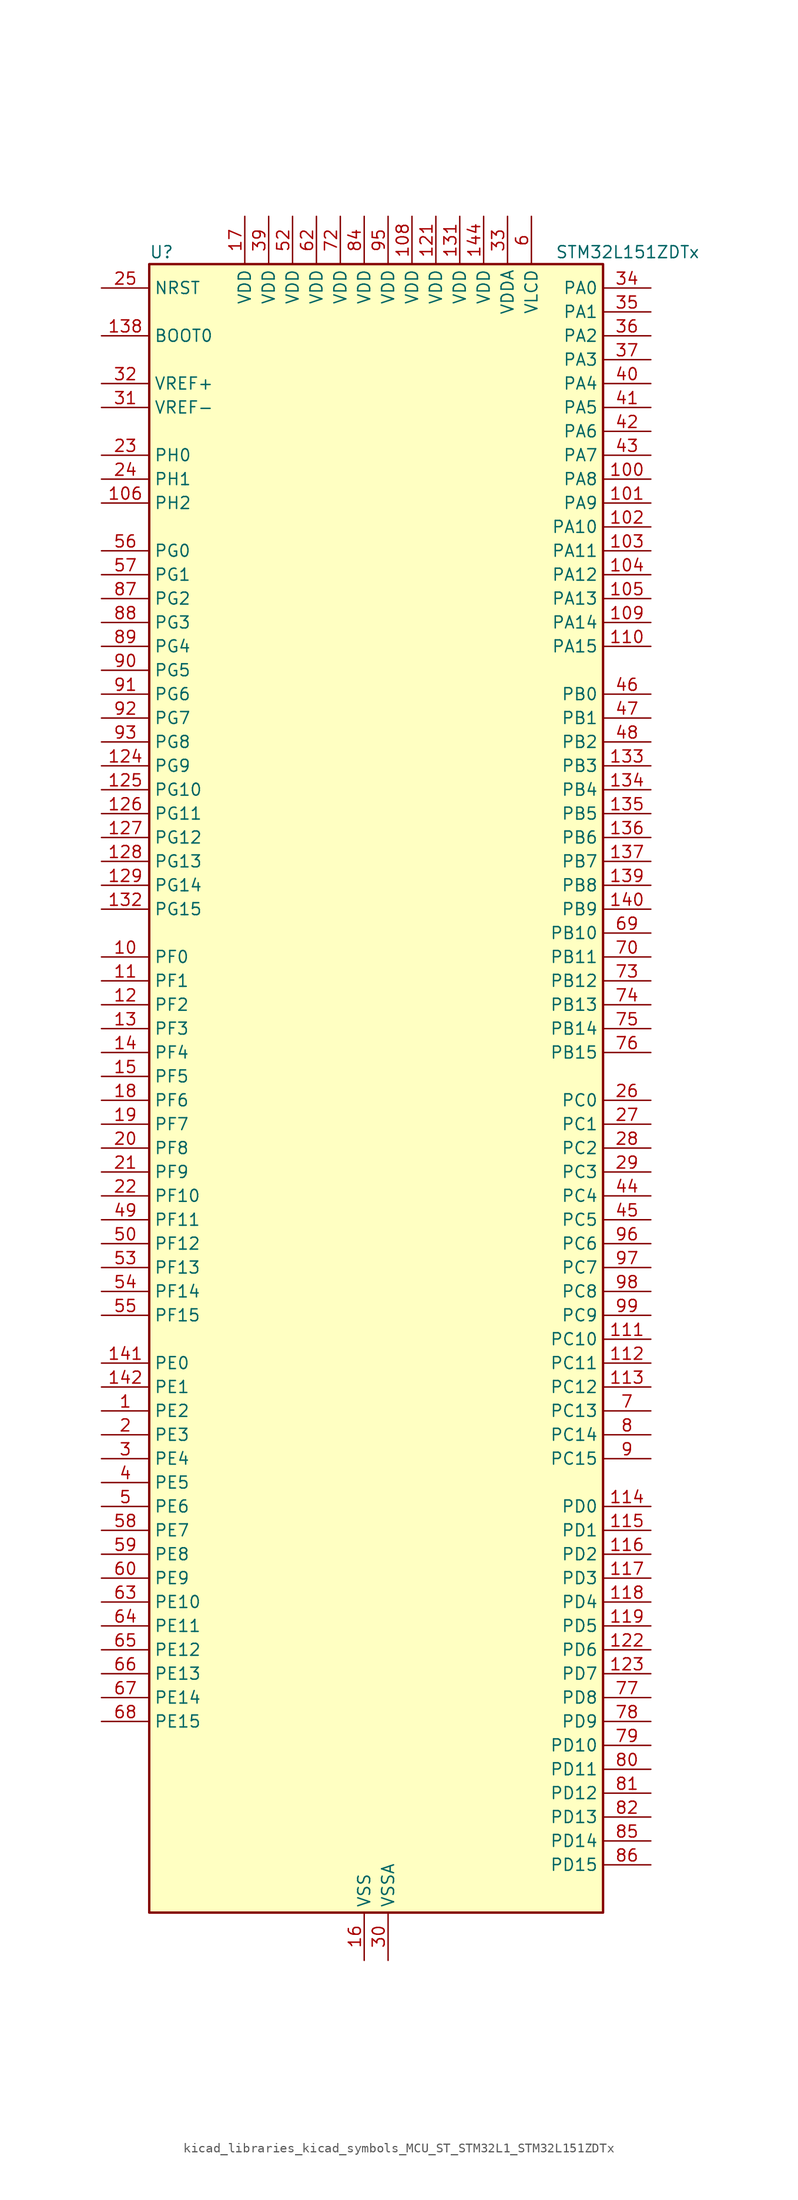
<source format=kicad_sym>
(kicad_symbol_lib
  (version 20220914)
  (generator kicad_symbol_editor)
  (symbol "kicad_libraries_kicad_symbols_MCU_ST_STM32L1_STM32L151ZDTx"
    (property "Reference" "U"
      (at -22.86 90.17 0)
      (effects (font (size 1.27 1.27)) (justify left)))
    (property "Value" "STM32L151ZDTx"
      (at 20.32 90.17 0)
      (effects (font (size 1.27 1.27)) (justify left)))
    (property "ki_locked" ""
      (at 0 0 0)
      (effects (font (size 1.27 1.27))))
    (symbol "kicad_libraries_kicad_symbols_MCU_ST_STM32L1_STM32L151ZDTx_0_1"
      (rectangle (start -22.86 -86.36) (end 25.4 88.9) (stroke (width 0.254) (type default)) (fill (type background))))
    (symbol "kicad_libraries_kicad_symbols_MCU_ST_STM32L1_STM32L151ZDTx_1_1"
      (pin bidirectional line (at -27.94 -33.02 0) (length 5.08) (name "PE2" (effects (font (size 1.27 1.27)))) (number "1" (effects (font (size 1.27 1.27)))) (alternate "FSMC_A23" bidirectional line) (alternate "SYS_TRACECK" bidirectional line) (alternate "TIM3_ETR" bidirectional line) (alternate "TIMX_IC3" bidirectional line))
      (pin bidirectional line (at -27.94 15.24 0) (length 5.08) (name "PF0" (effects (font (size 1.27 1.27)))) (number "10" (effects (font (size 1.27 1.27)))) (alternate "FSMC_A0" bidirectional line))
      (pin bidirectional line (at 30.48 66.04 180) (length 5.08) (name "PA8" (effects (font (size 1.27 1.27)))) (number "100" (effects (font (size 1.27 1.27)))) (alternate "RCC_MCO" bidirectional line) (alternate "TIMX_IC1" bidirectional line) (alternate "TS_G4_IO1" bidirectional line) (alternate "USART1_CK" bidirectional line))
      (pin bidirectional line (at 30.48 63.5 180) (length 5.08) (name "PA9" (effects (font (size 1.27 1.27)))) (number "101" (effects (font (size 1.27 1.27)))) (alternate "DAC_EXTI9" bidirectional line) (alternate "TIMX_IC2" bidirectional line) (alternate "TS_G4_IO2" bidirectional line) (alternate "USART1_TX" bidirectional line))
      (pin bidirectional line (at 30.48 60.96 180) (length 5.08) (name "PA10" (effects (font (size 1.27 1.27)))) (number "102" (effects (font (size 1.27 1.27)))) (alternate "TIMX_IC3" bidirectional line) (alternate "TS_G4_IO3" bidirectional line) (alternate "USART1_RX" bidirectional line))
      (pin bidirectional line (at 30.48 58.42 180) (length 5.08) (name "PA11" (effects (font (size 1.27 1.27)))) (number "103" (effects (font (size 1.27 1.27)))) (alternate "ADC_EXTI11" bidirectional line) (alternate "SPI1_MISO" bidirectional line) (alternate "TIMX_IC4" bidirectional line) (alternate "USART1_CTS" bidirectional line) (alternate "USB_DM" bidirectional line))
      (pin bidirectional line (at 30.48 55.88 180) (length 5.08) (name "PA12" (effects (font (size 1.27 1.27)))) (number "104" (effects (font (size 1.27 1.27)))) (alternate "SPI1_MOSI" bidirectional line) (alternate "TIMX_IC1" bidirectional line) (alternate "USART1_RTS" bidirectional line) (alternate "USB_DP" bidirectional line))
      (pin bidirectional line (at 30.48 53.34 180) (length 5.08) (name "PA13" (effects (font (size 1.27 1.27)))) (number "105" (effects (font (size 1.27 1.27)))) (alternate "SYS_JTMS-SWDIO" bidirectional line) (alternate "TIMX_IC2" bidirectional line) (alternate "TS_G5_IO1" bidirectional line))
      (pin bidirectional line (at -27.94 63.5 0) (length 5.08) (name "PH2" (effects (font (size 1.27 1.27)))) (number "106" (effects (font (size 1.27 1.27)))) (alternate "FSMC_A22" bidirectional line))
      (pin passive line (at 0 -91.44 90) (length 5.08) hide (name "VSS" (effects (font (size 1.27 1.27)))) (number "107" (effects (font (size 1.27 1.27)))))
      (pin power_in line (at 5.08 93.98 270) (length 5.08) (name "VDD" (effects (font (size 1.27 1.27)))) (number "108" (effects (font (size 1.27 1.27)))))
      (pin bidirectional line (at 30.48 50.8 180) (length 5.08) (name "PA14" (effects (font (size 1.27 1.27)))) (number "109" (effects (font (size 1.27 1.27)))) (alternate "SYS_JTCK-SWCLK" bidirectional line) (alternate "TIMX_IC3" bidirectional line) (alternate "TS_G5_IO2" bidirectional line))
      (pin bidirectional line (at -27.94 12.7 0) (length 5.08) (name "PF1" (effects (font (size 1.27 1.27)))) (number "11" (effects (font (size 1.27 1.27)))) (alternate "FSMC_A1" bidirectional line))
      (pin bidirectional line (at 30.48 48.26 180) (length 5.08) (name "PA15" (effects (font (size 1.27 1.27)))) (number "110" (effects (font (size 1.27 1.27)))) (alternate "ADC_EXTI15" bidirectional line) (alternate "I2S3_WS" bidirectional line) (alternate "SPI1_NSS" bidirectional line) (alternate "SPI3_NSS" bidirectional line) (alternate "SYS_JTDI" bidirectional line) (alternate "TIM2_CH1" bidirectional line) (alternate "TIM2_ETR" bidirectional line) (alternate "TIMX_IC4" bidirectional line) (alternate "TS_G5_IO3" bidirectional line))
      (pin bidirectional line (at 30.48 -25.4 180) (length 5.08) (name "PC10" (effects (font (size 1.27 1.27)))) (number "111" (effects (font (size 1.27 1.27)))) (alternate "I2S3_CK" bidirectional line) (alternate "SDIO_D2" bidirectional line) (alternate "SPI3_SCK" bidirectional line) (alternate "TIMX_IC3" bidirectional line) (alternate "UART4_TX" bidirectional line) (alternate "USART3_TX" bidirectional line))
      (pin bidirectional line (at 30.48 -27.94 180) (length 5.08) (name "PC11" (effects (font (size 1.27 1.27)))) (number "112" (effects (font (size 1.27 1.27)))) (alternate "ADC_EXTI11" bidirectional line) (alternate "SDIO_D3" bidirectional line) (alternate "SPI3_MISO" bidirectional line) (alternate "TIMX_IC4" bidirectional line) (alternate "UART4_RX" bidirectional line) (alternate "USART3_RX" bidirectional line))
      (pin bidirectional line (at 30.48 -30.48 180) (length 5.08) (name "PC12" (effects (font (size 1.27 1.27)))) (number "113" (effects (font (size 1.27 1.27)))) (alternate "I2S3_SD" bidirectional line) (alternate "SDIO_CK" bidirectional line) (alternate "SPI3_MOSI" bidirectional line) (alternate "TIMX_IC1" bidirectional line) (alternate "UART5_TX" bidirectional line) (alternate "USART3_CK" bidirectional line))
      (pin bidirectional line (at 30.48 -43.18 180) (length 5.08) (name "PD0" (effects (font (size 1.27 1.27)))) (number "114" (effects (font (size 1.27 1.27)))) (alternate "FSMC_D2" bidirectional line) (alternate "FSMC_DA2" bidirectional line) (alternate "I2S2_WS" bidirectional line) (alternate "SPI2_NSS" bidirectional line) (alternate "TIM9_CH1" bidirectional line) (alternate "TIMX_IC1" bidirectional line))
      (pin bidirectional line (at 30.48 -45.72 180) (length 5.08) (name "PD1" (effects (font (size 1.27 1.27)))) (number "115" (effects (font (size 1.27 1.27)))) (alternate "FSMC_D3" bidirectional line) (alternate "FSMC_DA3" bidirectional line) (alternate "I2S2_CK" bidirectional line) (alternate "SPI2_SCK" bidirectional line) (alternate "TIMX_IC2" bidirectional line))
      (pin bidirectional line (at 30.48 -48.26 180) (length 5.08) (name "PD2" (effects (font (size 1.27 1.27)))) (number "116" (effects (font (size 1.27 1.27)))) (alternate "SDIO_CMD" bidirectional line) (alternate "TIM3_ETR" bidirectional line) (alternate "TIMX_IC3" bidirectional line) (alternate "UART5_RX" bidirectional line))
      (pin bidirectional line (at 30.48 -50.8 180) (length 5.08) (name "PD3" (effects (font (size 1.27 1.27)))) (number "117" (effects (font (size 1.27 1.27)))) (alternate "FSMC_CLK" bidirectional line) (alternate "SPI2_MISO" bidirectional line) (alternate "TIMX_IC4" bidirectional line) (alternate "USART2_CTS" bidirectional line))
      (pin bidirectional line (at 30.48 -53.34 180) (length 5.08) (name "PD4" (effects (font (size 1.27 1.27)))) (number "118" (effects (font (size 1.27 1.27)))) (alternate "FSMC_NOE" bidirectional line) (alternate "I2S2_SD" bidirectional line) (alternate "SPI2_MOSI" bidirectional line) (alternate "TIMX_IC1" bidirectional line) (alternate "USART2_RTS" bidirectional line))
      (pin bidirectional line (at 30.48 -55.88 180) (length 5.08) (name "PD5" (effects (font (size 1.27 1.27)))) (number "119" (effects (font (size 1.27 1.27)))) (alternate "FSMC_NWE" bidirectional line) (alternate "TIMX_IC2" bidirectional line) (alternate "USART2_TX" bidirectional line))
      (pin bidirectional line (at -27.94 10.16 0) (length 5.08) (name "PF2" (effects (font (size 1.27 1.27)))) (number "12" (effects (font (size 1.27 1.27)))) (alternate "FSMC_A2" bidirectional line))
      (pin passive line (at 0 -91.44 90) (length 5.08) hide (name "VSS" (effects (font (size 1.27 1.27)))) (number "120" (effects (font (size 1.27 1.27)))))
      (pin power_in line (at 7.62 93.98 270) (length 5.08) (name "VDD" (effects (font (size 1.27 1.27)))) (number "121" (effects (font (size 1.27 1.27)))))
      (pin bidirectional line (at 30.48 -58.42 180) (length 5.08) (name "PD6" (effects (font (size 1.27 1.27)))) (number "122" (effects (font (size 1.27 1.27)))) (alternate "FSMC_NWAIT" bidirectional line) (alternate "TIMX_IC3" bidirectional line) (alternate "USART2_RX" bidirectional line))
      (pin bidirectional line (at 30.48 -60.96 180) (length 5.08) (name "PD7" (effects (font (size 1.27 1.27)))) (number "123" (effects (font (size 1.27 1.27)))) (alternate "FSMC_NE1" bidirectional line) (alternate "TIM9_CH2" bidirectional line) (alternate "TIMX_IC4" bidirectional line) (alternate "USART2_CK" bidirectional line))
      (pin bidirectional line (at -27.94 35.56 0) (length 5.08) (name "PG9" (effects (font (size 1.27 1.27)))) (number "124" (effects (font (size 1.27 1.27)))) (alternate "DAC_EXTI9" bidirectional line) (alternate "FSMC_NE2" bidirectional line))
      (pin bidirectional line (at -27.94 33.02 0) (length 5.08) (name "PG10" (effects (font (size 1.27 1.27)))) (number "125" (effects (font (size 1.27 1.27)))) (alternate "FSMC_NE3" bidirectional line))
      (pin bidirectional line (at -27.94 30.48 0) (length 5.08) (name "PG11" (effects (font (size 1.27 1.27)))) (number "126" (effects (font (size 1.27 1.27)))) (alternate "ADC_EXTI11" bidirectional line))
      (pin bidirectional line (at -27.94 27.94 0) (length 5.08) (name "PG12" (effects (font (size 1.27 1.27)))) (number "127" (effects (font (size 1.27 1.27)))) (alternate "FSMC_NE4" bidirectional line))
      (pin bidirectional line (at -27.94 25.4 0) (length 5.08) (name "PG13" (effects (font (size 1.27 1.27)))) (number "128" (effects (font (size 1.27 1.27)))) (alternate "FSMC_A24" bidirectional line))
      (pin bidirectional line (at -27.94 22.86 0) (length 5.08) (name "PG14" (effects (font (size 1.27 1.27)))) (number "129" (effects (font (size 1.27 1.27)))) (alternate "FSMC_A25" bidirectional line))
      (pin bidirectional line (at -27.94 7.62 0) (length 5.08) (name "PF3" (effects (font (size 1.27 1.27)))) (number "13" (effects (font (size 1.27 1.27)))) (alternate "FSMC_A3" bidirectional line))
      (pin passive line (at 0 -91.44 90) (length 5.08) hide (name "VSS" (effects (font (size 1.27 1.27)))) (number "130" (effects (font (size 1.27 1.27)))))
      (pin power_in line (at 10.16 93.98 270) (length 5.08) (name "VDD" (effects (font (size 1.27 1.27)))) (number "131" (effects (font (size 1.27 1.27)))))
      (pin bidirectional line (at -27.94 20.32 0) (length 5.08) (name "PG15" (effects (font (size 1.27 1.27)))) (number "132" (effects (font (size 1.27 1.27)))) (alternate "ADC_EXTI15" bidirectional line))
      (pin bidirectional line (at 30.48 35.56 180) (length 5.08) (name "PB3" (effects (font (size 1.27 1.27)))) (number "133" (effects (font (size 1.27 1.27)))) (alternate "COMP2_INM" bidirectional line) (alternate "I2S3_CK" bidirectional line) (alternate "SPI1_SCK" bidirectional line) (alternate "SPI3_SCK" bidirectional line) (alternate "SYS_JTDO-TRACESWO" bidirectional line) (alternate "TIM2_CH2" bidirectional line))
      (pin bidirectional line (at 30.48 33.02 180) (length 5.08) (name "PB4" (effects (font (size 1.27 1.27)))) (number "134" (effects (font (size 1.27 1.27)))) (alternate "COMP2_INP" bidirectional line) (alternate "SPI1_MISO" bidirectional line) (alternate "SPI3_MISO" bidirectional line) (alternate "SYS_JTRST" bidirectional line) (alternate "TIM3_CH1" bidirectional line) (alternate "TS_G6_IO1" bidirectional line))
      (pin bidirectional line (at 30.48 30.48 180) (length 5.08) (name "PB5" (effects (font (size 1.27 1.27)))) (number "135" (effects (font (size 1.27 1.27)))) (alternate "COMP2_INP" bidirectional line) (alternate "I2C1_SMBA" bidirectional line) (alternate "I2S3_SD" bidirectional line) (alternate "SPI1_MOSI" bidirectional line) (alternate "SPI3_MOSI" bidirectional line) (alternate "TIM3_CH2" bidirectional line) (alternate "TS_G6_IO2" bidirectional line))
      (pin bidirectional line (at 30.48 27.94 180) (length 5.08) (name "PB6" (effects (font (size 1.27 1.27)))) (number "136" (effects (font (size 1.27 1.27)))) (alternate "COMP2_INP" bidirectional line) (alternate "I2C1_SCL" bidirectional line) (alternate "TIM4_CH1" bidirectional line) (alternate "TS_G6_IO3" bidirectional line) (alternate "USART1_TX" bidirectional line))
      (pin bidirectional line (at 30.48 25.4 180) (length 5.08) (name "PB7" (effects (font (size 1.27 1.27)))) (number "137" (effects (font (size 1.27 1.27)))) (alternate "COMP2_INP" bidirectional line) (alternate "FSMC_NL" bidirectional line) (alternate "I2C1_SDA" bidirectional line) (alternate "SYS_PVD_IN" bidirectional line) (alternate "TIM4_CH2" bidirectional line) (alternate "TS_G6_IO4" bidirectional line) (alternate "USART1_RX" bidirectional line))
      (pin input line (at -27.94 81.28 0) (length 5.08) (name "BOOT0" (effects (font (size 1.27 1.27)))) (number "138" (effects (font (size 1.27 1.27)))))
      (pin bidirectional line (at 30.48 22.86 180) (length 5.08) (name "PB8" (effects (font (size 1.27 1.27)))) (number "139" (effects (font (size 1.27 1.27)))) (alternate "I2C1_SCL" bidirectional line) (alternate "SDIO_D4" bidirectional line) (alternate "TIM10_CH1" bidirectional line) (alternate "TIM4_CH3" bidirectional line))
      (pin bidirectional line (at -27.94 5.08 0) (length 5.08) (name "PF4" (effects (font (size 1.27 1.27)))) (number "14" (effects (font (size 1.27 1.27)))) (alternate "FSMC_A4" bidirectional line))
      (pin bidirectional line (at 30.48 20.32 180) (length 5.08) (name "PB9" (effects (font (size 1.27 1.27)))) (number "140" (effects (font (size 1.27 1.27)))) (alternate "DAC_EXTI9" bidirectional line) (alternate "I2C1_SDA" bidirectional line) (alternate "SDIO_D5" bidirectional line) (alternate "TIM11_CH1" bidirectional line) (alternate "TIM4_CH4" bidirectional line))
      (pin bidirectional line (at -27.94 -27.94 0) (length 5.08) (name "PE0" (effects (font (size 1.27 1.27)))) (number "141" (effects (font (size 1.27 1.27)))) (alternate "FSMC_NBL0" bidirectional line) (alternate "TIM10_CH1" bidirectional line) (alternate "TIM4_ETR" bidirectional line) (alternate "TIMX_IC1" bidirectional line))
      (pin bidirectional line (at -27.94 -30.48 0) (length 5.08) (name "PE1" (effects (font (size 1.27 1.27)))) (number "142" (effects (font (size 1.27 1.27)))) (alternate "FSMC_NBL1" bidirectional line) (alternate "TIM11_CH1" bidirectional line) (alternate "TIMX_IC2" bidirectional line))
      (pin passive line (at 0 -91.44 90) (length 5.08) hide (name "VSS" (effects (font (size 1.27 1.27)))) (number "143" (effects (font (size 1.27 1.27)))))
      (pin power_in line (at 12.7 93.98 270) (length 5.08) (name "VDD" (effects (font (size 1.27 1.27)))) (number "144" (effects (font (size 1.27 1.27)))))
      (pin bidirectional line (at -27.94 2.54 0) (length 5.08) (name "PF5" (effects (font (size 1.27 1.27)))) (number "15" (effects (font (size 1.27 1.27)))) (alternate "FSMC_A5" bidirectional line))
      (pin power_in line (at 0 -91.44 90) (length 5.08) (name "VSS" (effects (font (size 1.27 1.27)))) (number "16" (effects (font (size 1.27 1.27)))))
      (pin power_in line (at -12.7 93.98 270) (length 5.08) (name "VDD" (effects (font (size 1.27 1.27)))) (number "17" (effects (font (size 1.27 1.27)))))
      (pin bidirectional line (at -27.94 0 0) (length 5.08) (name "PF6" (effects (font (size 1.27 1.27)))) (number "18" (effects (font (size 1.27 1.27)))) (alternate "ADC_IN27" bidirectional line) (alternate "TIM5_CH1" bidirectional line) (alternate "TIM5_ETR" bidirectional line) (alternate "TS_G11_IO1" bidirectional line))
      (pin bidirectional line (at -27.94 -2.54 0) (length 5.08) (name "PF7" (effects (font (size 1.27 1.27)))) (number "19" (effects (font (size 1.27 1.27)))) (alternate "ADC_IN28" bidirectional line) (alternate "COMP1_INP" bidirectional line) (alternate "TIM5_CH2" bidirectional line) (alternate "TS_G11_IO2" bidirectional line))
      (pin bidirectional line (at -27.94 -35.56 0) (length 5.08) (name "PE3" (effects (font (size 1.27 1.27)))) (number "2" (effects (font (size 1.27 1.27)))) (alternate "FSMC_A19" bidirectional line) (alternate "SYS_TRACED0" bidirectional line) (alternate "TIM3_CH1" bidirectional line) (alternate "TIMX_IC4" bidirectional line))
      (pin bidirectional line (at -27.94 -5.08 0) (length 5.08) (name "PF8" (effects (font (size 1.27 1.27)))) (number "20" (effects (font (size 1.27 1.27)))) (alternate "ADC_IN29" bidirectional line) (alternate "COMP1_INP" bidirectional line) (alternate "TIM5_CH3" bidirectional line) (alternate "TS_G11_IO3" bidirectional line))
      (pin bidirectional line (at -27.94 -7.62 0) (length 5.08) (name "PF9" (effects (font (size 1.27 1.27)))) (number "21" (effects (font (size 1.27 1.27)))) (alternate "ADC_IN30" bidirectional line) (alternate "COMP1_INP" bidirectional line) (alternate "DAC_EXTI9" bidirectional line) (alternate "TIM5_CH4" bidirectional line) (alternate "TS_G11_IO4" bidirectional line))
      (pin bidirectional line (at -27.94 -10.16 0) (length 5.08) (name "PF10" (effects (font (size 1.27 1.27)))) (number "22" (effects (font (size 1.27 1.27)))) (alternate "ADC_IN31" bidirectional line) (alternate "COMP1_INP" bidirectional line) (alternate "TS_G11_IO5" bidirectional line))
      (pin bidirectional line (at -27.94 68.58 0) (length 5.08) (name "PH0" (effects (font (size 1.27 1.27)))) (number "23" (effects (font (size 1.27 1.27)))) (alternate "RCC_OSC_IN" bidirectional line))
      (pin bidirectional line (at -27.94 66.04 0) (length 5.08) (name "PH1" (effects (font (size 1.27 1.27)))) (number "24" (effects (font (size 1.27 1.27)))) (alternate "RCC_OSC_OUT" bidirectional line))
      (pin input line (at -27.94 86.36 0) (length 5.08) (name "NRST" (effects (font (size 1.27 1.27)))) (number "25" (effects (font (size 1.27 1.27)))))
      (pin bidirectional line (at 30.48 0 180) (length 5.08) (name "PC0" (effects (font (size 1.27 1.27)))) (number "26" (effects (font (size 1.27 1.27)))) (alternate "ADC_IN10" bidirectional line) (alternate "COMP1_INP" bidirectional line) (alternate "TIMX_IC1" bidirectional line) (alternate "TS_G8_IO1" bidirectional line))
      (pin bidirectional line (at 30.48 -2.54 180) (length 5.08) (name "PC1" (effects (font (size 1.27 1.27)))) (number "27" (effects (font (size 1.27 1.27)))) (alternate "ADC_IN11" bidirectional line) (alternate "COMP1_INP" bidirectional line) (alternate "OPAMP3_VINP" bidirectional line) (alternate "TIMX_IC2" bidirectional line) (alternate "TS_G8_IO2" bidirectional line))
      (pin bidirectional line (at 30.48 -5.08 180) (length 5.08) (name "PC2" (effects (font (size 1.27 1.27)))) (number "28" (effects (font (size 1.27 1.27)))) (alternate "ADC_IN12" bidirectional line) (alternate "COMP1_INP" bidirectional line) (alternate "OPAMP3_VINM" bidirectional line) (alternate "TIMX_IC3" bidirectional line) (alternate "TS_G8_IO3" bidirectional line))
      (pin bidirectional line (at 30.48 -7.62 180) (length 5.08) (name "PC3" (effects (font (size 1.27 1.27)))) (number "29" (effects (font (size 1.27 1.27)))) (alternate "ADC_IN13" bidirectional line) (alternate "COMP1_INP" bidirectional line) (alternate "OPAMP3_VOUT" bidirectional line) (alternate "TIMX_IC4" bidirectional line) (alternate "TS_G8_IO4" bidirectional line))
      (pin bidirectional line (at -27.94 -38.1 0) (length 5.08) (name "PE4" (effects (font (size 1.27 1.27)))) (number "3" (effects (font (size 1.27 1.27)))) (alternate "FSMC_A20" bidirectional line) (alternate "SYS_TRACED1" bidirectional line) (alternate "TIM3_CH2" bidirectional line) (alternate "TIMX_IC1" bidirectional line))
      (pin power_in line (at 2.54 -91.44 90) (length 5.08) (name "VSSA" (effects (font (size 1.27 1.27)))) (number "30" (effects (font (size 1.27 1.27)))))
      (pin input line (at -27.94 73.66 0) (length 5.08) (name "VREF-" (effects (font (size 1.27 1.27)))) (number "31" (effects (font (size 1.27 1.27)))))
      (pin input line (at -27.94 76.2 0) (length 5.08) (name "VREF+" (effects (font (size 1.27 1.27)))) (number "32" (effects (font (size 1.27 1.27)))))
      (pin power_in line (at 15.24 93.98 270) (length 5.08) (name "VDDA" (effects (font (size 1.27 1.27)))) (number "33" (effects (font (size 1.27 1.27)))))
      (pin bidirectional line (at 30.48 86.36 180) (length 5.08) (name "PA0" (effects (font (size 1.27 1.27)))) (number "34" (effects (font (size 1.27 1.27)))) (alternate "ADC_IN0" bidirectional line) (alternate "COMP1_INP" bidirectional line) (alternate "RTC_TAMP2" bidirectional line) (alternate "SYS_WKUP1" bidirectional line) (alternate "TIM2_CH1" bidirectional line) (alternate "TIM2_ETR" bidirectional line) (alternate "TIM5_CH1" bidirectional line) (alternate "TIMX_IC1" bidirectional line) (alternate "TS_G1_IO1" bidirectional line) (alternate "USART2_CTS" bidirectional line))
      (pin bidirectional line (at 30.48 83.82 180) (length 5.08) (name "PA1" (effects (font (size 1.27 1.27)))) (number "35" (effects (font (size 1.27 1.27)))) (alternate "ADC_IN1" bidirectional line) (alternate "COMP1_INP" bidirectional line) (alternate "OPAMP1_VINP" bidirectional line) (alternate "TIM2_CH2" bidirectional line) (alternate "TIM5_CH2" bidirectional line) (alternate "TIMX_IC2" bidirectional line) (alternate "TS_G1_IO2" bidirectional line) (alternate "USART2_RTS" bidirectional line))
      (pin bidirectional line (at 30.48 81.28 180) (length 5.08) (name "PA2" (effects (font (size 1.27 1.27)))) (number "36" (effects (font (size 1.27 1.27)))) (alternate "ADC_IN2" bidirectional line) (alternate "COMP1_INP" bidirectional line) (alternate "OPAMP1_VINM" bidirectional line) (alternate "TIM2_CH3" bidirectional line) (alternate "TIM5_CH3" bidirectional line) (alternate "TIM9_CH1" bidirectional line) (alternate "TIMX_IC3" bidirectional line) (alternate "TS_G1_IO3" bidirectional line) (alternate "USART2_TX" bidirectional line))
      (pin bidirectional line (at 30.48 78.74 180) (length 5.08) (name "PA3" (effects (font (size 1.27 1.27)))) (number "37" (effects (font (size 1.27 1.27)))) (alternate "ADC_IN3" bidirectional line) (alternate "COMP1_INP" bidirectional line) (alternate "OPAMP1_VOUT" bidirectional line) (alternate "TIM2_CH4" bidirectional line) (alternate "TIM5_CH4" bidirectional line) (alternate "TIM9_CH2" bidirectional line) (alternate "TIMX_IC4" bidirectional line) (alternate "TS_G1_IO4" bidirectional line) (alternate "USART2_RX" bidirectional line))
      (pin passive line (at 0 -91.44 90) (length 5.08) hide (name "VSS" (effects (font (size 1.27 1.27)))) (number "38" (effects (font (size 1.27 1.27)))))
      (pin power_in line (at -10.16 93.98 270) (length 5.08) (name "VDD" (effects (font (size 1.27 1.27)))) (number "39" (effects (font (size 1.27 1.27)))))
      (pin bidirectional line (at -27.94 -40.64 0) (length 5.08) (name "PE5" (effects (font (size 1.27 1.27)))) (number "4" (effects (font (size 1.27 1.27)))) (alternate "FSMC_A21" bidirectional line) (alternate "SYS_TRACED2" bidirectional line) (alternate "TIM9_CH1" bidirectional line) (alternate "TIMX_IC2" bidirectional line))
      (pin bidirectional line (at 30.48 76.2 180) (length 5.08) (name "PA4" (effects (font (size 1.27 1.27)))) (number "40" (effects (font (size 1.27 1.27)))) (alternate "ADC_IN4" bidirectional line) (alternate "COMP1_INP" bidirectional line) (alternate "DAC_OUT1" bidirectional line) (alternate "I2S3_WS" bidirectional line) (alternate "SPI1_NSS" bidirectional line) (alternate "SPI3_NSS" bidirectional line) (alternate "TIMX_IC1" bidirectional line) (alternate "USART2_CK" bidirectional line))
      (pin bidirectional line (at 30.48 73.66 180) (length 5.08) (name "PA5" (effects (font (size 1.27 1.27)))) (number "41" (effects (font (size 1.27 1.27)))) (alternate "ADC_IN5" bidirectional line) (alternate "COMP1_INP" bidirectional line) (alternate "DAC_OUT2" bidirectional line) (alternate "SPI1_SCK" bidirectional line) (alternate "TIM2_CH1" bidirectional line) (alternate "TIM2_ETR" bidirectional line) (alternate "TIMX_IC2" bidirectional line))
      (pin bidirectional line (at 30.48 71.12 180) (length 5.08) (name "PA6" (effects (font (size 1.27 1.27)))) (number "42" (effects (font (size 1.27 1.27)))) (alternate "ADC_IN6" bidirectional line) (alternate "COMP1_INP" bidirectional line) (alternate "OPAMP2_VINP" bidirectional line) (alternate "SPI1_MISO" bidirectional line) (alternate "TIM10_CH1" bidirectional line) (alternate "TIM3_CH1" bidirectional line) (alternate "TIMX_IC3" bidirectional line) (alternate "TS_G2_IO1" bidirectional line))
      (pin bidirectional line (at 30.48 68.58 180) (length 5.08) (name "PA7" (effects (font (size 1.27 1.27)))) (number "43" (effects (font (size 1.27 1.27)))) (alternate "ADC_IN7" bidirectional line) (alternate "COMP1_INP" bidirectional line) (alternate "OPAMP2_VINM" bidirectional line) (alternate "SPI1_MOSI" bidirectional line) (alternate "TIM11_CH1" bidirectional line) (alternate "TIM3_CH2" bidirectional line) (alternate "TIMX_IC4" bidirectional line) (alternate "TS_G2_IO2" bidirectional line))
      (pin bidirectional line (at 30.48 -10.16 180) (length 5.08) (name "PC4" (effects (font (size 1.27 1.27)))) (number "44" (effects (font (size 1.27 1.27)))) (alternate "ADC_IN14" bidirectional line) (alternate "COMP1_INP" bidirectional line) (alternate "TIMX_IC1" bidirectional line) (alternate "TS_G9_IO1" bidirectional line))
      (pin bidirectional line (at 30.48 -12.7 180) (length 5.08) (name "PC5" (effects (font (size 1.27 1.27)))) (number "45" (effects (font (size 1.27 1.27)))) (alternate "ADC_IN15" bidirectional line) (alternate "COMP1_INP" bidirectional line) (alternate "TIMX_IC2" bidirectional line) (alternate "TS_G9_IO2" bidirectional line))
      (pin bidirectional line (at 30.48 43.18 180) (length 5.08) (name "PB0" (effects (font (size 1.27 1.27)))) (number "46" (effects (font (size 1.27 1.27)))) (alternate "ADC_IN8" bidirectional line) (alternate "COMP1_INP" bidirectional line) (alternate "OPAMP2_VOUT" bidirectional line) (alternate "SYS_V_REF_OUT" bidirectional line) (alternate "TIM3_CH3" bidirectional line) (alternate "TS_G3_IO1" bidirectional line))
      (pin bidirectional line (at 30.48 40.64 180) (length 5.08) (name "PB1" (effects (font (size 1.27 1.27)))) (number "47" (effects (font (size 1.27 1.27)))) (alternate "ADC_IN9" bidirectional line) (alternate "COMP1_INP" bidirectional line) (alternate "SYS_V_REF_OUT" bidirectional line) (alternate "TIM3_CH4" bidirectional line) (alternate "TS_G3_IO2" bidirectional line))
      (pin bidirectional line (at 30.48 38.1 180) (length 5.08) (name "PB2" (effects (font (size 1.27 1.27)))) (number "48" (effects (font (size 1.27 1.27)))) (alternate "ADC_IN0b" bidirectional line) (alternate "TS_G3_IO3" bidirectional line))
      (pin bidirectional line (at -27.94 -12.7 0) (length 5.08) (name "PF11" (effects (font (size 1.27 1.27)))) (number "49" (effects (font (size 1.27 1.27)))) (alternate "ADC_EXTI11" bidirectional line) (alternate "ADC_IN1b" bidirectional line) (alternate "TS_G3_IO4" bidirectional line))
      (pin bidirectional line (at -27.94 -43.18 0) (length 5.08) (name "PE6" (effects (font (size 1.27 1.27)))) (number "5" (effects (font (size 1.27 1.27)))) (alternate "RTC_TAMP3" bidirectional line) (alternate "SYS_TRACED3" bidirectional line) (alternate "SYS_WKUP3" bidirectional line) (alternate "TIM9_CH2" bidirectional line) (alternate "TIMX_IC3" bidirectional line))
      (pin bidirectional line (at -27.94 -15.24 0) (length 5.08) (name "PF12" (effects (font (size 1.27 1.27)))) (number "50" (effects (font (size 1.27 1.27)))) (alternate "ADC_IN2b" bidirectional line) (alternate "FSMC_A6" bidirectional line) (alternate "TS_G3_IO5" bidirectional line))
      (pin passive line (at 0 -91.44 90) (length 5.08) hide (name "VSS" (effects (font (size 1.27 1.27)))) (number "51" (effects (font (size 1.27 1.27)))))
      (pin power_in line (at -7.62 93.98 270) (length 5.08) (name "VDD" (effects (font (size 1.27 1.27)))) (number "52" (effects (font (size 1.27 1.27)))))
      (pin bidirectional line (at -27.94 -17.78 0) (length 5.08) (name "PF13" (effects (font (size 1.27 1.27)))) (number "53" (effects (font (size 1.27 1.27)))) (alternate "ADC_IN3b" bidirectional line) (alternate "FSMC_A7" bidirectional line) (alternate "TS_G9_IO3" bidirectional line))
      (pin bidirectional line (at -27.94 -20.32 0) (length 5.08) (name "PF14" (effects (font (size 1.27 1.27)))) (number "54" (effects (font (size 1.27 1.27)))) (alternate "ADC_IN6b" bidirectional line) (alternate "FSMC_A8" bidirectional line) (alternate "TS_G9_IO4" bidirectional line))
      (pin bidirectional line (at -27.94 -22.86 0) (length 5.08) (name "PF15" (effects (font (size 1.27 1.27)))) (number "55" (effects (font (size 1.27 1.27)))) (alternate "ADC_EXTI15" bidirectional line) (alternate "ADC_IN7b" bidirectional line) (alternate "FSMC_A9" bidirectional line) (alternate "TS_G2_IO3" bidirectional line))
      (pin bidirectional line (at -27.94 58.42 0) (length 5.08) (name "PG0" (effects (font (size 1.27 1.27)))) (number "56" (effects (font (size 1.27 1.27)))) (alternate "ADC_IN8b" bidirectional line) (alternate "FSMC_A10" bidirectional line) (alternate "TS_G2_IO4" bidirectional line))
      (pin bidirectional line (at -27.94 55.88 0) (length 5.08) (name "PG1" (effects (font (size 1.27 1.27)))) (number "57" (effects (font (size 1.27 1.27)))) (alternate "ADC_IN9b" bidirectional line) (alternate "FSMC_A11" bidirectional line) (alternate "TS_G2_IO5" bidirectional line))
      (pin bidirectional line (at -27.94 -45.72 0) (length 5.08) (name "PE7" (effects (font (size 1.27 1.27)))) (number "58" (effects (font (size 1.27 1.27)))) (alternate "ADC_IN22" bidirectional line) (alternate "COMP1_INP" bidirectional line) (alternate "FSMC_D4" bidirectional line) (alternate "FSMC_DA4" bidirectional line) (alternate "TIMX_IC4" bidirectional line))
      (pin bidirectional line (at -27.94 -48.26 0) (length 5.08) (name "PE8" (effects (font (size 1.27 1.27)))) (number "59" (effects (font (size 1.27 1.27)))) (alternate "ADC_IN23" bidirectional line) (alternate "COMP1_INP" bidirectional line) (alternate "FSMC_D5" bidirectional line) (alternate "FSMC_DA5" bidirectional line) (alternate "TIMX_IC1" bidirectional line))
      (pin power_in line (at 17.78 93.98 270) (length 5.08) (name "VLCD" (effects (font (size 1.27 1.27)))) (number "6" (effects (font (size 1.27 1.27)))))
      (pin bidirectional line (at -27.94 -50.8 0) (length 5.08) (name "PE9" (effects (font (size 1.27 1.27)))) (number "60" (effects (font (size 1.27 1.27)))) (alternate "ADC_IN24" bidirectional line) (alternate "COMP1_INP" bidirectional line) (alternate "DAC_EXTI9" bidirectional line) (alternate "FSMC_D6" bidirectional line) (alternate "FSMC_DA6" bidirectional line) (alternate "TIM2_CH1" bidirectional line) (alternate "TIM2_ETR" bidirectional line) (alternate "TIMX_IC2" bidirectional line))
      (pin passive line (at 0 -91.44 90) (length 5.08) hide (name "VSS" (effects (font (size 1.27 1.27)))) (number "61" (effects (font (size 1.27 1.27)))))
      (pin power_in line (at -5.08 93.98 270) (length 5.08) (name "VDD" (effects (font (size 1.27 1.27)))) (number "62" (effects (font (size 1.27 1.27)))))
      (pin bidirectional line (at -27.94 -53.34 0) (length 5.08) (name "PE10" (effects (font (size 1.27 1.27)))) (number "63" (effects (font (size 1.27 1.27)))) (alternate "ADC_IN25" bidirectional line) (alternate "COMP1_INP" bidirectional line) (alternate "FSMC_D7" bidirectional line) (alternate "FSMC_DA7" bidirectional line) (alternate "TIM2_CH2" bidirectional line) (alternate "TIMX_IC3" bidirectional line))
      (pin bidirectional line (at -27.94 -55.88 0) (length 5.08) (name "PE11" (effects (font (size 1.27 1.27)))) (number "64" (effects (font (size 1.27 1.27)))) (alternate "ADC_EXTI11" bidirectional line) (alternate "FSMC_D8" bidirectional line) (alternate "FSMC_DA8" bidirectional line) (alternate "TIM2_CH3" bidirectional line) (alternate "TIMX_IC4" bidirectional line))
      (pin bidirectional line (at -27.94 -58.42 0) (length 5.08) (name "PE12" (effects (font (size 1.27 1.27)))) (number "65" (effects (font (size 1.27 1.27)))) (alternate "FSMC_D9" bidirectional line) (alternate "FSMC_DA9" bidirectional line) (alternate "SPI1_NSS" bidirectional line) (alternate "TIM2_CH4" bidirectional line) (alternate "TIMX_IC1" bidirectional line))
      (pin bidirectional line (at -27.94 -60.96 0) (length 5.08) (name "PE13" (effects (font (size 1.27 1.27)))) (number "66" (effects (font (size 1.27 1.27)))) (alternate "FSMC_D10" bidirectional line) (alternate "FSMC_DA10" bidirectional line) (alternate "SPI1_SCK" bidirectional line) (alternate "TIMX_IC2" bidirectional line))
      (pin bidirectional line (at -27.94 -63.5 0) (length 5.08) (name "PE14" (effects (font (size 1.27 1.27)))) (number "67" (effects (font (size 1.27 1.27)))) (alternate "FSMC_D11" bidirectional line) (alternate "FSMC_DA11" bidirectional line) (alternate "SPI1_MISO" bidirectional line) (alternate "TIMX_IC3" bidirectional line))
      (pin bidirectional line (at -27.94 -66.04 0) (length 5.08) (name "PE15" (effects (font (size 1.27 1.27)))) (number "68" (effects (font (size 1.27 1.27)))) (alternate "ADC_EXTI15" bidirectional line) (alternate "FSMC_D12" bidirectional line) (alternate "FSMC_DA12" bidirectional line) (alternate "SPI1_MOSI" bidirectional line) (alternate "TIMX_IC4" bidirectional line))
      (pin bidirectional line (at 30.48 17.78 180) (length 5.08) (name "PB10" (effects (font (size 1.27 1.27)))) (number "69" (effects (font (size 1.27 1.27)))) (alternate "I2C2_SCL" bidirectional line) (alternate "TIM2_CH3" bidirectional line) (alternate "USART3_TX" bidirectional line))
      (pin bidirectional line (at 30.48 -33.02 180) (length 5.08) (name "PC13" (effects (font (size 1.27 1.27)))) (number "7" (effects (font (size 1.27 1.27)))) (alternate "RTC_OUT_ALARM" bidirectional line) (alternate "RTC_OUT_CALIB" bidirectional line) (alternate "RTC_TAMP1" bidirectional line) (alternate "RTC_TS" bidirectional line) (alternate "SYS_WKUP2" bidirectional line) (alternate "TIMX_IC2" bidirectional line))
      (pin bidirectional line (at 30.48 15.24 180) (length 5.08) (name "PB11" (effects (font (size 1.27 1.27)))) (number "70" (effects (font (size 1.27 1.27)))) (alternate "ADC_EXTI11" bidirectional line) (alternate "I2C2_SDA" bidirectional line) (alternate "TIM2_CH4" bidirectional line) (alternate "USART3_RX" bidirectional line))
      (pin passive line (at 0 -91.44 90) (length 5.08) hide (name "VSS" (effects (font (size 1.27 1.27)))) (number "71" (effects (font (size 1.27 1.27)))))
      (pin power_in line (at -2.54 93.98 270) (length 5.08) (name "VDD" (effects (font (size 1.27 1.27)))) (number "72" (effects (font (size 1.27 1.27)))))
      (pin bidirectional line (at 30.48 12.7 180) (length 5.08) (name "PB12" (effects (font (size 1.27 1.27)))) (number "73" (effects (font (size 1.27 1.27)))) (alternate "ADC_IN18" bidirectional line) (alternate "COMP1_INP" bidirectional line) (alternate "I2C2_SMBA" bidirectional line) (alternate "I2S2_WS" bidirectional line) (alternate "SPI2_NSS" bidirectional line) (alternate "TIM10_CH1" bidirectional line) (alternate "TS_G7_IO1" bidirectional line) (alternate "USART3_CK" bidirectional line))
      (pin bidirectional line (at 30.48 10.16 180) (length 5.08) (name "PB13" (effects (font (size 1.27 1.27)))) (number "74" (effects (font (size 1.27 1.27)))) (alternate "ADC_IN19" bidirectional line) (alternate "COMP1_INP" bidirectional line) (alternate "I2S2_CK" bidirectional line) (alternate "SPI2_SCK" bidirectional line) (alternate "TIM9_CH1" bidirectional line) (alternate "TS_G7_IO2" bidirectional line) (alternate "USART3_CTS" bidirectional line))
      (pin bidirectional line (at 30.48 7.62 180) (length 5.08) (name "PB14" (effects (font (size 1.27 1.27)))) (number "75" (effects (font (size 1.27 1.27)))) (alternate "ADC_IN20" bidirectional line) (alternate "COMP1_INP" bidirectional line) (alternate "SPI2_MISO" bidirectional line) (alternate "TIM9_CH2" bidirectional line) (alternate "TS_G7_IO3" bidirectional line) (alternate "USART3_RTS" bidirectional line))
      (pin bidirectional line (at 30.48 5.08 180) (length 5.08) (name "PB15" (effects (font (size 1.27 1.27)))) (number "76" (effects (font (size 1.27 1.27)))) (alternate "ADC_EXTI15" bidirectional line) (alternate "ADC_IN21" bidirectional line) (alternate "COMP1_INP" bidirectional line) (alternate "I2S2_SD" bidirectional line) (alternate "RTC_REFIN" bidirectional line) (alternate "SPI2_MOSI" bidirectional line) (alternate "TIM11_CH1" bidirectional line) (alternate "TS_G7_IO4" bidirectional line))
      (pin bidirectional line (at 30.48 -63.5 180) (length 5.08) (name "PD8" (effects (font (size 1.27 1.27)))) (number "77" (effects (font (size 1.27 1.27)))) (alternate "FSMC_D13" bidirectional line) (alternate "FSMC_DA13" bidirectional line) (alternate "TIMX_IC1" bidirectional line) (alternate "USART3_TX" bidirectional line))
      (pin bidirectional line (at 30.48 -66.04 180) (length 5.08) (name "PD9" (effects (font (size 1.27 1.27)))) (number "78" (effects (font (size 1.27 1.27)))) (alternate "DAC_EXTI9" bidirectional line) (alternate "FSMC_D14" bidirectional line) (alternate "FSMC_DA14" bidirectional line) (alternate "TIMX_IC2" bidirectional line) (alternate "USART3_RX" bidirectional line))
      (pin bidirectional line (at 30.48 -68.58 180) (length 5.08) (name "PD10" (effects (font (size 1.27 1.27)))) (number "79" (effects (font (size 1.27 1.27)))) (alternate "FSMC_D15" bidirectional line) (alternate "FSMC_DA15" bidirectional line) (alternate "TIMX_IC3" bidirectional line) (alternate "USART3_CK" bidirectional line))
      (pin bidirectional line (at 30.48 -35.56 180) (length 5.08) (name "PC14" (effects (font (size 1.27 1.27)))) (number "8" (effects (font (size 1.27 1.27)))) (alternate "RCC_OSC32_IN" bidirectional line) (alternate "TIMX_IC3" bidirectional line))
      (pin bidirectional line (at 30.48 -71.12 180) (length 5.08) (name "PD11" (effects (font (size 1.27 1.27)))) (number "80" (effects (font (size 1.27 1.27)))) (alternate "ADC_EXTI11" bidirectional line) (alternate "FSMC_A16" bidirectional line) (alternate "TIMX_IC4" bidirectional line) (alternate "USART3_CTS" bidirectional line))
      (pin bidirectional line (at 30.48 -73.66 180) (length 5.08) (name "PD12" (effects (font (size 1.27 1.27)))) (number "81" (effects (font (size 1.27 1.27)))) (alternate "FSMC_A17" bidirectional line) (alternate "TIM4_CH1" bidirectional line) (alternate "TIMX_IC1" bidirectional line) (alternate "USART3_RTS" bidirectional line))
      (pin bidirectional line (at 30.48 -76.2 180) (length 5.08) (name "PD13" (effects (font (size 1.27 1.27)))) (number "82" (effects (font (size 1.27 1.27)))) (alternate "FSMC_A18" bidirectional line) (alternate "TIM4_CH2" bidirectional line) (alternate "TIMX_IC2" bidirectional line))
      (pin passive line (at 0 -91.44 90) (length 5.08) hide (name "VSS" (effects (font (size 1.27 1.27)))) (number "83" (effects (font (size 1.27 1.27)))))
      (pin power_in line (at 0 93.98 270) (length 5.08) (name "VDD" (effects (font (size 1.27 1.27)))) (number "84" (effects (font (size 1.27 1.27)))))
      (pin bidirectional line (at 30.48 -78.74 180) (length 5.08) (name "PD14" (effects (font (size 1.27 1.27)))) (number "85" (effects (font (size 1.27 1.27)))) (alternate "FSMC_D0" bidirectional line) (alternate "FSMC_DA0" bidirectional line) (alternate "TIM4_CH3" bidirectional line) (alternate "TIMX_IC3" bidirectional line))
      (pin bidirectional line (at 30.48 -81.28 180) (length 5.08) (name "PD15" (effects (font (size 1.27 1.27)))) (number "86" (effects (font (size 1.27 1.27)))) (alternate "ADC_EXTI15" bidirectional line) (alternate "FSMC_D1" bidirectional line) (alternate "FSMC_DA1" bidirectional line) (alternate "TIM4_CH4" bidirectional line) (alternate "TIMX_IC4" bidirectional line))
      (pin bidirectional line (at -27.94 53.34 0) (length 5.08) (name "PG2" (effects (font (size 1.27 1.27)))) (number "87" (effects (font (size 1.27 1.27)))) (alternate "ADC_IN10b" bidirectional line) (alternate "FSMC_A12" bidirectional line) (alternate "TS_G7_IO5" bidirectional line))
      (pin bidirectional line (at -27.94 50.8 0) (length 5.08) (name "PG3" (effects (font (size 1.27 1.27)))) (number "88" (effects (font (size 1.27 1.27)))) (alternate "ADC_IN11b" bidirectional line) (alternate "FSMC_A13" bidirectional line) (alternate "TS_G7_IO6" bidirectional line))
      (pin bidirectional line (at -27.94 48.26 0) (length 5.08) (name "PG4" (effects (font (size 1.27 1.27)))) (number "89" (effects (font (size 1.27 1.27)))) (alternate "ADC_IN12b" bidirectional line) (alternate "FSMC_A14" bidirectional line) (alternate "TS_G7_IO7" bidirectional line))
      (pin bidirectional line (at 30.48 -38.1 180) (length 5.08) (name "PC15" (effects (font (size 1.27 1.27)))) (number "9" (effects (font (size 1.27 1.27)))) (alternate "ADC_EXTI15" bidirectional line) (alternate "RCC_OSC32_OUT" bidirectional line) (alternate "TIMX_IC4" bidirectional line))
      (pin bidirectional line (at -27.94 45.72 0) (length 5.08) (name "PG5" (effects (font (size 1.27 1.27)))) (number "90" (effects (font (size 1.27 1.27)))) (alternate "FSMC_A15" bidirectional line))
      (pin bidirectional line (at -27.94 43.18 0) (length 5.08) (name "PG6" (effects (font (size 1.27 1.27)))) (number "91" (effects (font (size 1.27 1.27)))))
      (pin bidirectional line (at -27.94 40.64 0) (length 5.08) (name "PG7" (effects (font (size 1.27 1.27)))) (number "92" (effects (font (size 1.27 1.27)))))
      (pin bidirectional line (at -27.94 38.1 0) (length 5.08) (name "PG8" (effects (font (size 1.27 1.27)))) (number "93" (effects (font (size 1.27 1.27)))))
      (pin passive line (at 0 -91.44 90) (length 5.08) hide (name "VSS" (effects (font (size 1.27 1.27)))) (number "94" (effects (font (size 1.27 1.27)))))
      (pin power_in line (at 2.54 93.98 270) (length 5.08) (name "VDD" (effects (font (size 1.27 1.27)))) (number "95" (effects (font (size 1.27 1.27)))))
      (pin bidirectional line (at 30.48 -15.24 180) (length 5.08) (name "PC6" (effects (font (size 1.27 1.27)))) (number "96" (effects (font (size 1.27 1.27)))) (alternate "I2S2_MCK" bidirectional line) (alternate "SDIO_D6" bidirectional line) (alternate "TIM3_CH1" bidirectional line) (alternate "TIMX_IC3" bidirectional line) (alternate "TS_G10_IO1" bidirectional line))
      (pin bidirectional line (at 30.48 -17.78 180) (length 5.08) (name "PC7" (effects (font (size 1.27 1.27)))) (number "97" (effects (font (size 1.27 1.27)))) (alternate "I2S3_MCK" bidirectional line) (alternate "SDIO_D7" bidirectional line) (alternate "TIM3_CH2" bidirectional line) (alternate "TIMX_IC4" bidirectional line) (alternate "TS_G10_IO2" bidirectional line))
      (pin bidirectional line (at 30.48 -20.32 180) (length 5.08) (name "PC8" (effects (font (size 1.27 1.27)))) (number "98" (effects (font (size 1.27 1.27)))) (alternate "SDIO_D0" bidirectional line) (alternate "TIM3_CH3" bidirectional line) (alternate "TIMX_IC1" bidirectional line) (alternate "TS_G10_IO3" bidirectional line))
      (pin bidirectional line (at 30.48 -22.86 180) (length 5.08) (name "PC9" (effects (font (size 1.27 1.27)))) (number "99" (effects (font (size 1.27 1.27)))) (alternate "DAC_EXTI9" bidirectional line) (alternate "SDIO_D1" bidirectional line) (alternate "TIM3_CH4" bidirectional line) (alternate "TIMX_IC2" bidirectional line) (alternate "TS_G10_IO4" bidirectional line)))))
</source>
